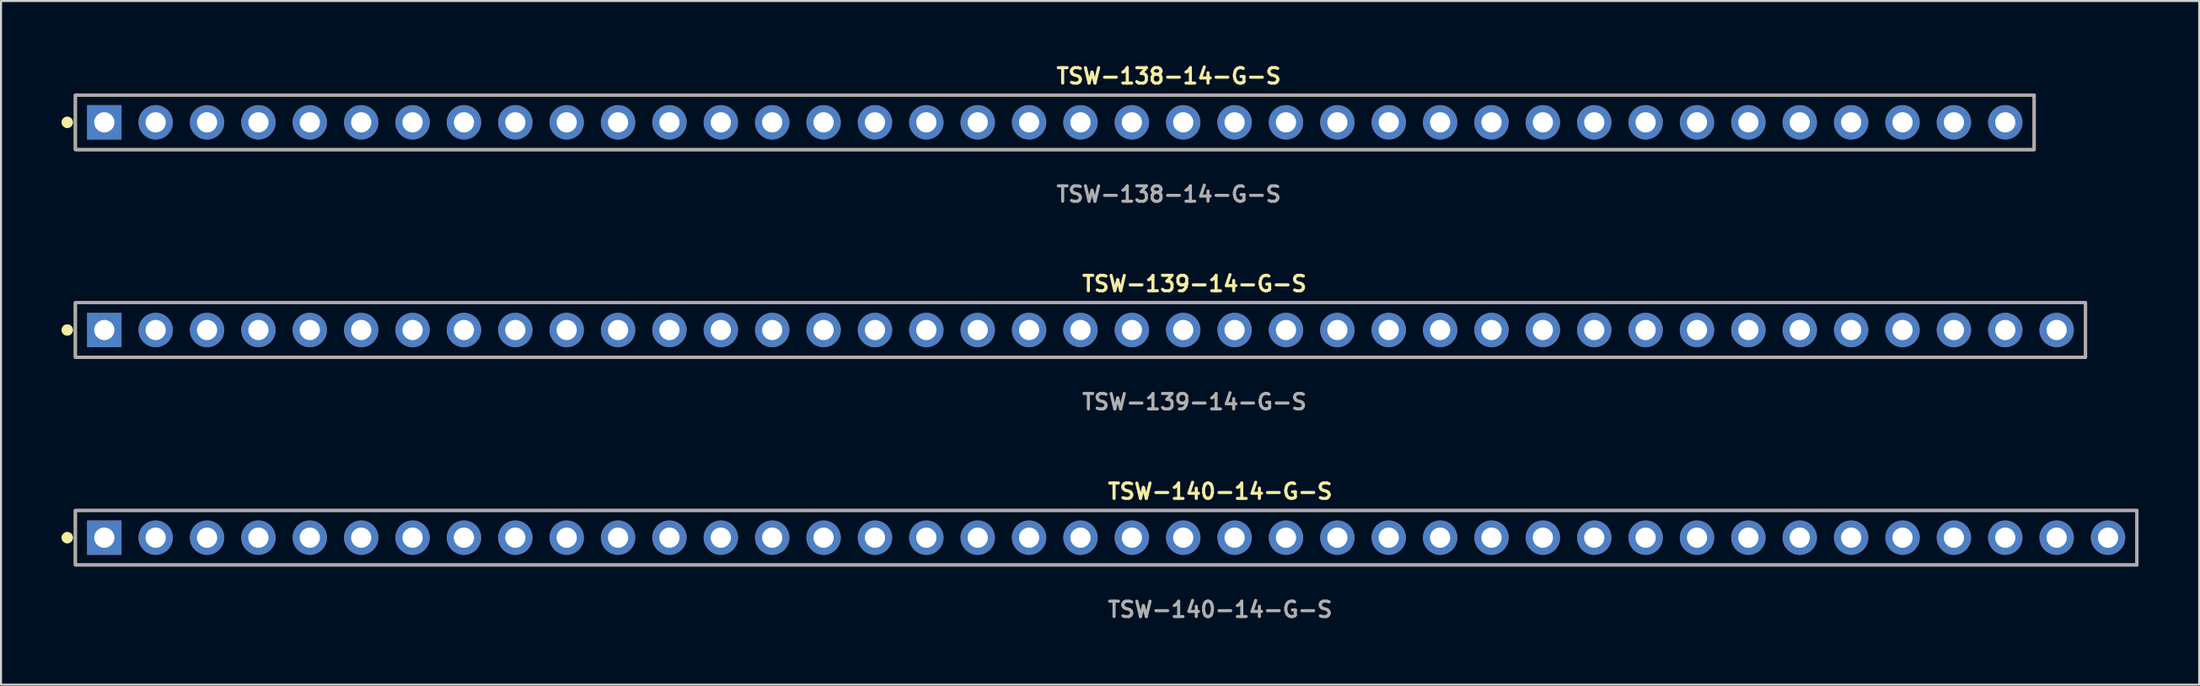
<source format=kicad_pcb>
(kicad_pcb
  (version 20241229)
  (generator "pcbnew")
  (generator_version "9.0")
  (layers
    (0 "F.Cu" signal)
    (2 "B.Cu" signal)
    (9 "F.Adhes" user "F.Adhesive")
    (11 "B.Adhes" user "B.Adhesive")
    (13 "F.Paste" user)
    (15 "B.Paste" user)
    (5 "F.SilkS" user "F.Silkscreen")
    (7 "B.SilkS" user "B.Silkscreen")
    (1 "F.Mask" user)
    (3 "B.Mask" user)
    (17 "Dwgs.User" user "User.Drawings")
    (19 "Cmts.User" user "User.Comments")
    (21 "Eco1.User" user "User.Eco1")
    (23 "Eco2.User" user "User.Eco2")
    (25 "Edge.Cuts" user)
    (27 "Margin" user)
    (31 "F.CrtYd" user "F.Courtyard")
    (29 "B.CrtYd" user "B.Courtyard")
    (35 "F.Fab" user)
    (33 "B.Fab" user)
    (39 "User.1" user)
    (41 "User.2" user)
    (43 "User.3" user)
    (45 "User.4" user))
  (footprint "TSW-138-14-G-S"
    (layer "F.Cu")
    (at 49.096 2.999)
    (property "Reference" "TSW-138-14-G-S" (at 0 -2.286 0) (unlocked yes) (layer "F.SilkS") (effects (font (size 0.762 0.762) (thickness 0.152)) (justify left)))
    (fp_rect (start -48.42 1.35) (end 48.42 -1.35) (stroke (width 0.152) (type solid)) (fill no) (layer "F.SilkS"))
    (fp_circle (center -48.82 0) (end -49.02 0) (stroke (width 0.152) (type solid)) (fill yes) (layer "F.SilkS"))
    (fp_circle (center -48.82 0) (end -49.02 0) (stroke (width 0.152) (type solid)) (fill yes) (layer "F.SilkS"))
    (fp_rect (start -48.42 1.35) (end 48.42 -1.35) (stroke (width 0.006) (type solid)) (fill no) (layer "F.CrtYd"))
    (fp_rect (start -48.42 1.35) (end 48.42 -1.35) (stroke (width 0.152) (type solid)) (fill no) (layer "F.Fab"))
    (fp_text user "${REFERENCE}" (at 0 3.556 0) (unlocked yes) (layer "F.Fab") (effects (font (size 0.762 0.762) (thickness 0.152)) (justify left)))
    (pad "1" thru_hole rect (at -46.99 0) (size 1.7 1.7) (drill 1) (layers "*.Cu" "*.Mask"))
    (pad "2" thru_hole circle (at -44.45 0) (size 1.7 1.7) (drill 1) (layers "*.Cu" "*.Mask"))
    (pad "3" thru_hole circle (at -41.91 0) (size 1.7 1.7) (drill 1) (layers "*.Cu" "*.Mask"))
    (pad "4" thru_hole circle (at -39.37 0) (size 1.7 1.7) (drill 1) (layers "*.Cu" "*.Mask"))
    (pad "5" thru_hole circle (at -36.83 0) (size 1.7 1.7) (drill 1) (layers "*.Cu" "*.Mask"))
    (pad "6" thru_hole circle (at -34.29 0) (size 1.7 1.7) (drill 1) (layers "*.Cu" "*.Mask"))
    (pad "7" thru_hole circle (at -31.75 0) (size 1.7 1.7) (drill 1) (layers "*.Cu" "*.Mask"))
    (pad "8" thru_hole circle (at -29.21 0) (size 1.7 1.7) (drill 1) (layers "*.Cu" "*.Mask"))
    (pad "9" thru_hole circle (at -26.67 0) (size 1.7 1.7) (drill 1) (layers "*.Cu" "*.Mask"))
    (pad "10" thru_hole circle (at -24.13 0) (size 1.7 1.7) (drill 1) (layers "*.Cu" "*.Mask"))
    (pad "11" thru_hole circle (at -21.59 0) (size 1.7 1.7) (drill 1) (layers "*.Cu" "*.Mask"))
    (pad "12" thru_hole circle (at -19.05 0) (size 1.7 1.7) (drill 1) (layers "*.Cu" "*.Mask"))
    (pad "13" thru_hole circle (at -16.51 0) (size 1.7 1.7) (drill 1) (layers "*.Cu" "*.Mask"))
    (pad "14" thru_hole circle (at -13.97 0) (size 1.7 1.7) (drill 1) (layers "*.Cu" "*.Mask"))
    (pad "15" thru_hole circle (at -11.43 0) (size 1.7 1.7) (drill 1) (layers "*.Cu" "*.Mask"))
    (pad "16" thru_hole circle (at -8.89 0) (size 1.7 1.7) (drill 1) (layers "*.Cu" "*.Mask"))
    (pad "17" thru_hole circle (at -6.35 0) (size 1.7 1.7) (drill 1) (layers "*.Cu" "*.Mask"))
    (pad "18" thru_hole circle (at -3.81 0) (size 1.7 1.7) (drill 1) (layers "*.Cu" "*.Mask"))
    (pad "19" thru_hole circle (at -1.27 0) (size 1.7 1.7) (drill 1) (layers "*.Cu" "*.Mask"))
    (pad "20" thru_hole circle (at 1.27 0) (size 1.7 1.7) (drill 1) (layers "*.Cu" "*.Mask"))
    (pad "21" thru_hole circle (at 3.81 0) (size 1.7 1.7) (drill 1) (layers "*.Cu" "*.Mask"))
    (pad "22" thru_hole circle (at 6.35 0) (size 1.7 1.7) (drill 1) (layers "*.Cu" "*.Mask"))
    (pad "23" thru_hole circle (at 8.89 0) (size 1.7 1.7) (drill 1) (layers "*.Cu" "*.Mask"))
    (pad "24" thru_hole circle (at 11.43 0) (size 1.7 1.7) (drill 1) (layers "*.Cu" "*.Mask"))
    (pad "25" thru_hole circle (at 13.97 0) (size 1.7 1.7) (drill 1) (layers "*.Cu" "*.Mask"))
    (pad "26" thru_hole circle (at 16.51 0) (size 1.7 1.7) (drill 1) (layers "*.Cu" "*.Mask"))
    (pad "27" thru_hole circle (at 19.05 0) (size 1.7 1.7) (drill 1) (layers "*.Cu" "*.Mask"))
    (pad "28" thru_hole circle (at 21.59 0) (size 1.7 1.7) (drill 1) (layers "*.Cu" "*.Mask"))
    (pad "29" thru_hole circle (at 24.13 0) (size 1.7 1.7) (drill 1) (layers "*.Cu" "*.Mask"))
    (pad "30" thru_hole circle (at 26.67 0) (size 1.7 1.7) (drill 1) (layers "*.Cu" "*.Mask"))
    (pad "31" thru_hole circle (at 29.21 0) (size 1.7 1.7) (drill 1) (layers "*.Cu" "*.Mask"))
    (pad "32" thru_hole circle (at 31.75 0) (size 1.7 1.7) (drill 1) (layers "*.Cu" "*.Mask"))
    (pad "33" thru_hole circle (at 34.29 0) (size 1.7 1.7) (drill 1) (layers "*.Cu" "*.Mask"))
    (pad "34" thru_hole circle (at 36.83 0) (size 1.7 1.7) (drill 1) (layers "*.Cu" "*.Mask"))
    (pad "35" thru_hole circle (at 39.37 0) (size 1.7 1.7) (drill 1) (layers "*.Cu" "*.Mask"))
    (pad "36" thru_hole circle (at 41.91 0) (size 1.7 1.7) (drill 1) (layers "*.Cu" "*.Mask"))
    (pad "37" thru_hole circle (at 44.45 0) (size 1.7 1.7) (drill 1) (layers "*.Cu" "*.Mask"))
    (pad "38" thru_hole circle (at 46.99 0) (size 1.7 1.7) (drill 1) (layers "*.Cu" "*.Mask")))
  (footprint "TSW-140-14-G-S"
    (layer "F.Cu")
    (at 51.636 23.536)
    (property "Reference" "TSW-140-14-G-S" (at 0 -2.286 0) (unlocked yes) (layer "F.SilkS") (effects (font (size 0.762 0.762) (thickness 0.152)) (justify left)))
    (fp_rect (start -50.96 1.35) (end 50.96 -1.35) (stroke (width 0.152) (type solid)) (fill no) (layer "F.SilkS"))
    (fp_circle (center -51.36 0) (end -51.56 0) (stroke (width 0.152) (type solid)) (fill yes) (layer "F.SilkS"))
    (fp_circle (center -51.36 0) (end -51.56 0) (stroke (width 0.152) (type solid)) (fill yes) (layer "F.SilkS"))
    (fp_rect (start -50.96 1.35) (end 50.96 -1.35) (stroke (width 0.006) (type solid)) (fill no) (layer "F.CrtYd"))
    (fp_rect (start -50.96 1.35) (end 50.96 -1.35) (stroke (width 0.152) (type solid)) (fill no) (layer "F.Fab"))
    (fp_text user "${REFERENCE}" (at 0 3.556 0) (unlocked yes) (layer "F.Fab") (effects (font (size 0.762 0.762) (thickness 0.152)) (justify left)))
    (pad "1" thru_hole rect (at -49.53 0) (size 1.7 1.7) (drill 1) (layers "*.Cu" "*.Mask"))
    (pad "2" thru_hole circle (at -46.99 0) (size 1.7 1.7) (drill 1) (layers "*.Cu" "*.Mask"))
    (pad "3" thru_hole circle (at -44.45 0) (size 1.7 1.7) (drill 1) (layers "*.Cu" "*.Mask"))
    (pad "4" thru_hole circle (at -41.91 0) (size 1.7 1.7) (drill 1) (layers "*.Cu" "*.Mask"))
    (pad "5" thru_hole circle (at -39.37 0) (size 1.7 1.7) (drill 1) (layers "*.Cu" "*.Mask"))
    (pad "6" thru_hole circle (at -36.83 0) (size 1.7 1.7) (drill 1) (layers "*.Cu" "*.Mask"))
    (pad "7" thru_hole circle (at -34.29 0) (size 1.7 1.7) (drill 1) (layers "*.Cu" "*.Mask"))
    (pad "8" thru_hole circle (at -31.75 0) (size 1.7 1.7) (drill 1) (layers "*.Cu" "*.Mask"))
    (pad "9" thru_hole circle (at -29.21 0) (size 1.7 1.7) (drill 1) (layers "*.Cu" "*.Mask"))
    (pad "10" thru_hole circle (at -26.67 0) (size 1.7 1.7) (drill 1) (layers "*.Cu" "*.Mask"))
    (pad "11" thru_hole circle (at -24.13 0) (size 1.7 1.7) (drill 1) (layers "*.Cu" "*.Mask"))
    (pad "12" thru_hole circle (at -21.59 0) (size 1.7 1.7) (drill 1) (layers "*.Cu" "*.Mask"))
    (pad "13" thru_hole circle (at -19.05 0) (size 1.7 1.7) (drill 1) (layers "*.Cu" "*.Mask"))
    (pad "14" thru_hole circle (at -16.51 0) (size 1.7 1.7) (drill 1) (layers "*.Cu" "*.Mask"))
    (pad "15" thru_hole circle (at -13.97 0) (size 1.7 1.7) (drill 1) (layers "*.Cu" "*.Mask"))
    (pad "16" thru_hole circle (at -11.43 0) (size 1.7 1.7) (drill 1) (layers "*.Cu" "*.Mask"))
    (pad "17" thru_hole circle (at -8.89 0) (size 1.7 1.7) (drill 1) (layers "*.Cu" "*.Mask"))
    (pad "18" thru_hole circle (at -6.35 0) (size 1.7 1.7) (drill 1) (layers "*.Cu" "*.Mask"))
    (pad "19" thru_hole circle (at -3.81 0) (size 1.7 1.7) (drill 1) (layers "*.Cu" "*.Mask"))
    (pad "20" thru_hole circle (at -1.27 0) (size 1.7 1.7) (drill 1) (layers "*.Cu" "*.Mask"))
    (pad "21" thru_hole circle (at 1.27 0) (size 1.7 1.7) (drill 1) (layers "*.Cu" "*.Mask"))
    (pad "22" thru_hole circle (at 3.81 0) (size 1.7 1.7) (drill 1) (layers "*.Cu" "*.Mask"))
    (pad "23" thru_hole circle (at 6.35 0) (size 1.7 1.7) (drill 1) (layers "*.Cu" "*.Mask"))
    (pad "24" thru_hole circle (at 8.89 0) (size 1.7 1.7) (drill 1) (layers "*.Cu" "*.Mask"))
    (pad "25" thru_hole circle (at 11.43 0) (size 1.7 1.7) (drill 1) (layers "*.Cu" "*.Mask"))
    (pad "26" thru_hole circle (at 13.97 0) (size 1.7 1.7) (drill 1) (layers "*.Cu" "*.Mask"))
    (pad "27" thru_hole circle (at 16.51 0) (size 1.7 1.7) (drill 1) (layers "*.Cu" "*.Mask"))
    (pad "28" thru_hole circle (at 19.05 0) (size 1.7 1.7) (drill 1) (layers "*.Cu" "*.Mask"))
    (pad "29" thru_hole circle (at 21.59 0) (size 1.7 1.7) (drill 1) (layers "*.Cu" "*.Mask"))
    (pad "30" thru_hole circle (at 24.13 0) (size 1.7 1.7) (drill 1) (layers "*.Cu" "*.Mask"))
    (pad "31" thru_hole circle (at 26.67 0) (size 1.7 1.7) (drill 1) (layers "*.Cu" "*.Mask"))
    (pad "32" thru_hole circle (at 29.21 0) (size 1.7 1.7) (drill 1) (layers "*.Cu" "*.Mask"))
    (pad "33" thru_hole circle (at 31.75 0) (size 1.7 1.7) (drill 1) (layers "*.Cu" "*.Mask"))
    (pad "34" thru_hole circle (at 34.29 0) (size 1.7 1.7) (drill 1) (layers "*.Cu" "*.Mask"))
    (pad "35" thru_hole circle (at 36.83 0) (size 1.7 1.7) (drill 1) (layers "*.Cu" "*.Mask"))
    (pad "36" thru_hole circle (at 39.37 0) (size 1.7 1.7) (drill 1) (layers "*.Cu" "*.Mask"))
    (pad "37" thru_hole circle (at 41.91 0) (size 1.7 1.7) (drill 1) (layers "*.Cu" "*.Mask"))
    (pad "38" thru_hole circle (at 44.45 0) (size 1.7 1.7) (drill 1) (layers "*.Cu" "*.Mask"))
    (pad "39" thru_hole circle (at 46.99 0) (size 1.7 1.7) (drill 1) (layers "*.Cu" "*.Mask"))
    (pad "40" thru_hole circle (at 49.53 0) (size 1.7 1.7) (drill 1) (layers "*.Cu" "*.Mask")))
  (footprint "TSW-139-14-G-S"
    (layer "F.Cu")
    (at 50.366 13.268)
    (property "Reference" "TSW-139-14-G-S" (at 0 -2.286 0) (unlocked yes) (layer "F.SilkS") (effects (font (size 0.762 0.762) (thickness 0.152)) (justify left)))
    (fp_rect (start -49.69 1.35) (end 49.69 -1.35) (stroke (width 0.152) (type solid)) (fill no) (layer "F.SilkS"))
    (fp_circle (center -50.09 0) (end -50.29 0) (stroke (width 0.152) (type solid)) (fill yes) (layer "F.SilkS"))
    (fp_circle (center -50.09 0) (end -50.29 0) (stroke (width 0.152) (type solid)) (fill yes) (layer "F.SilkS"))
    (fp_rect (start -49.69 1.35) (end 49.69 -1.35) (stroke (width 0.006) (type solid)) (fill no) (layer "F.CrtYd"))
    (fp_rect (start -49.69 1.35) (end 49.69 -1.35) (stroke (width 0.152) (type solid)) (fill no) (layer "F.Fab"))
    (fp_text user "${REFERENCE}" (at 0 3.556 0) (unlocked yes) (layer "F.Fab") (effects (font (size 0.762 0.762) (thickness 0.152)) (justify left)))
    (pad "1" thru_hole rect (at -48.26 0) (size 1.7 1.7) (drill 1) (layers "*.Cu" "*.Mask"))
    (pad "2" thru_hole circle (at -45.72 0) (size 1.7 1.7) (drill 1) (layers "*.Cu" "*.Mask"))
    (pad "3" thru_hole circle (at -43.18 0) (size 1.7 1.7) (drill 1) (layers "*.Cu" "*.Mask"))
    (pad "4" thru_hole circle (at -40.64 0) (size 1.7 1.7) (drill 1) (layers "*.Cu" "*.Mask"))
    (pad "5" thru_hole circle (at -38.1 0) (size 1.7 1.7) (drill 1) (layers "*.Cu" "*.Mask"))
    (pad "6" thru_hole circle (at -35.56 0) (size 1.7 1.7) (drill 1) (layers "*.Cu" "*.Mask"))
    (pad "7" thru_hole circle (at -33.02 0) (size 1.7 1.7) (drill 1) (layers "*.Cu" "*.Mask"))
    (pad "8" thru_hole circle (at -30.48 0) (size 1.7 1.7) (drill 1) (layers "*.Cu" "*.Mask"))
    (pad "9" thru_hole circle (at -27.94 0) (size 1.7 1.7) (drill 1) (layers "*.Cu" "*.Mask"))
    (pad "10" thru_hole circle (at -25.4 0) (size 1.7 1.7) (drill 1) (layers "*.Cu" "*.Mask"))
    (pad "11" thru_hole circle (at -22.86 0) (size 1.7 1.7) (drill 1) (layers "*.Cu" "*.Mask"))
    (pad "12" thru_hole circle (at -20.32 0) (size 1.7 1.7) (drill 1) (layers "*.Cu" "*.Mask"))
    (pad "13" thru_hole circle (at -17.78 0) (size 1.7 1.7) (drill 1) (layers "*.Cu" "*.Mask"))
    (pad "14" thru_hole circle (at -15.24 0) (size 1.7 1.7) (drill 1) (layers "*.Cu" "*.Mask"))
    (pad "15" thru_hole circle (at -12.7 0) (size 1.7 1.7) (drill 1) (layers "*.Cu" "*.Mask"))
    (pad "16" thru_hole circle (at -10.16 0) (size 1.7 1.7) (drill 1) (layers "*.Cu" "*.Mask"))
    (pad "17" thru_hole circle (at -7.62 0) (size 1.7 1.7) (drill 1) (layers "*.Cu" "*.Mask"))
    (pad "18" thru_hole circle (at -5.08 0) (size 1.7 1.7) (drill 1) (layers "*.Cu" "*.Mask"))
    (pad "19" thru_hole circle (at -2.54 0) (size 1.7 1.7) (drill 1) (layers "*.Cu" "*.Mask"))
    (pad "20" thru_hole circle (at 0 0) (size 1.7 1.7) (drill 1) (layers "*.Cu" "*.Mask"))
    (pad "21" thru_hole circle (at 2.54 0) (size 1.7 1.7) (drill 1) (layers "*.Cu" "*.Mask"))
    (pad "22" thru_hole circle (at 5.08 0) (size 1.7 1.7) (drill 1) (layers "*.Cu" "*.Mask"))
    (pad "23" thru_hole circle (at 7.62 0) (size 1.7 1.7) (drill 1) (layers "*.Cu" "*.Mask"))
    (pad "24" thru_hole circle (at 10.16 0) (size 1.7 1.7) (drill 1) (layers "*.Cu" "*.Mask"))
    (pad "25" thru_hole circle (at 12.7 0) (size 1.7 1.7) (drill 1) (layers "*.Cu" "*.Mask"))
    (pad "26" thru_hole circle (at 15.24 0) (size 1.7 1.7) (drill 1) (layers "*.Cu" "*.Mask"))
    (pad "27" thru_hole circle (at 17.78 0) (size 1.7 1.7) (drill 1) (layers "*.Cu" "*.Mask"))
    (pad "28" thru_hole circle (at 20.32 0) (size 1.7 1.7) (drill 1) (layers "*.Cu" "*.Mask"))
    (pad "29" thru_hole circle (at 22.86 0) (size 1.7 1.7) (drill 1) (layers "*.Cu" "*.Mask"))
    (pad "30" thru_hole circle (at 25.4 0) (size 1.7 1.7) (drill 1) (layers "*.Cu" "*.Mask"))
    (pad "31" thru_hole circle (at 27.94 0) (size 1.7 1.7) (drill 1) (layers "*.Cu" "*.Mask"))
    (pad "32" thru_hole circle (at 30.48 0) (size 1.7 1.7) (drill 1) (layers "*.Cu" "*.Mask"))
    (pad "33" thru_hole circle (at 33.02 0) (size 1.7 1.7) (drill 1) (layers "*.Cu" "*.Mask"))
    (pad "34" thru_hole circle (at 35.56 0) (size 1.7 1.7) (drill 1) (layers "*.Cu" "*.Mask"))
    (pad "35" thru_hole circle (at 38.1 0) (size 1.7 1.7) (drill 1) (layers "*.Cu" "*.Mask"))
    (pad "36" thru_hole circle (at 40.64 0) (size 1.7 1.7) (drill 1) (layers "*.Cu" "*.Mask"))
    (pad "37" thru_hole circle (at 43.18 0) (size 1.7 1.7) (drill 1) (layers "*.Cu" "*.Mask"))
    (pad "38" thru_hole circle (at 45.72 0) (size 1.7 1.7) (drill 1) (layers "*.Cu" "*.Mask"))
    (pad "39" thru_hole circle (at 48.26 0) (size 1.7 1.7) (drill 1) (layers "*.Cu" "*.Mask")))
  (gr_rect
    (start -3 -3)
    (end 105.672 30.805)
    (stroke (width 0.1) (type default))
    (fill no)
    (layer "Edge.Cuts")))
</source>
